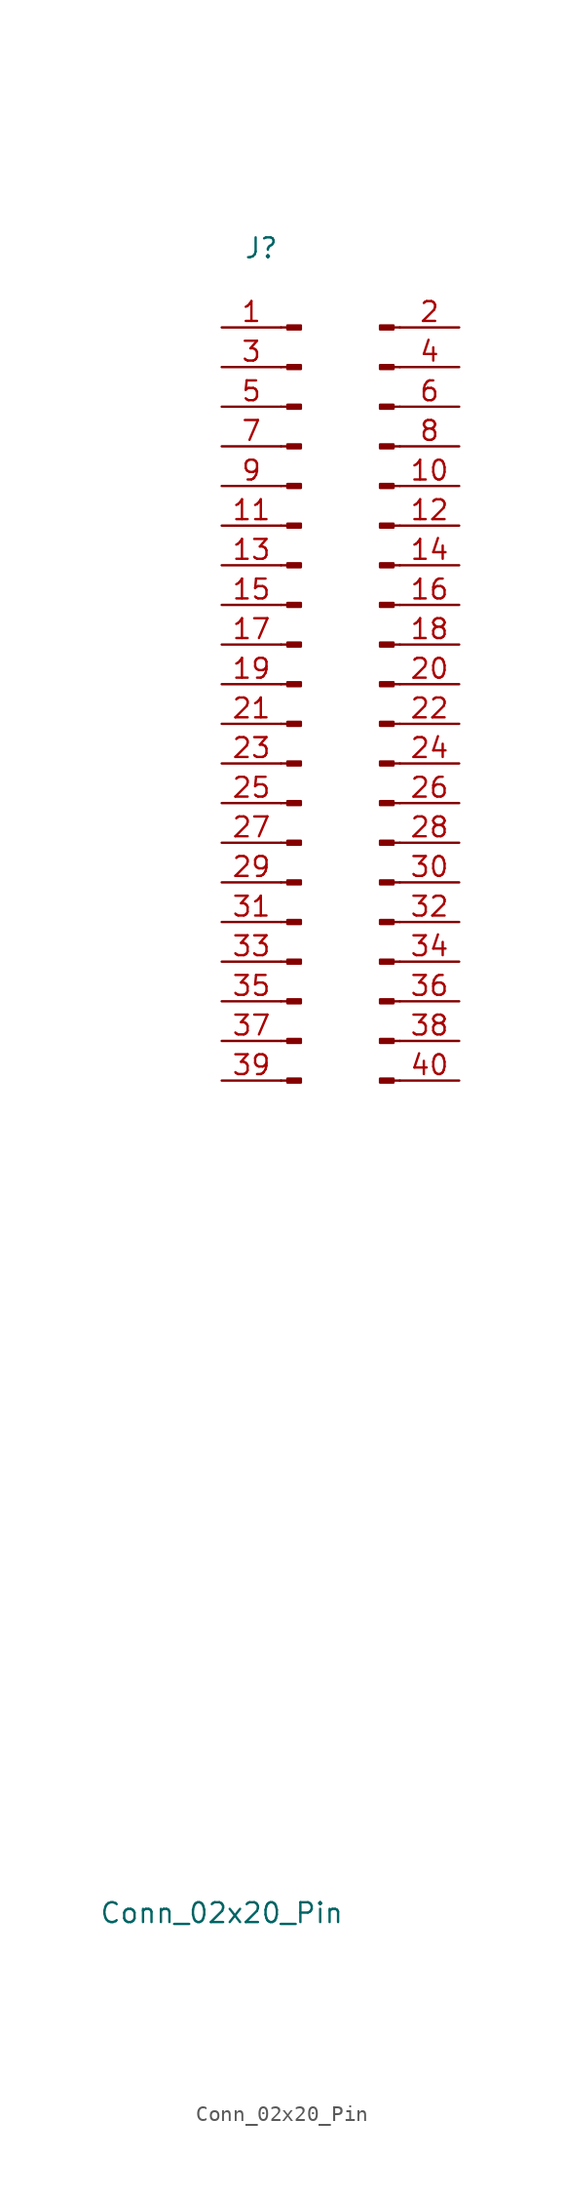
<source format=kicad_sym>
(kicad_symbol_lib
  (version 20220914)
  (generator kicad_symbol_editor)
  (symbol "Conn_02x20_Pin"
    (pin_names
      (offset 1.016) hide)
    (property "Reference" "J"
      (at -2.54 2.54 0)
      (effects (font (size 1.27 1.27))))
    (property "Value" "Conn_02x20_Pin"
      (at -5.08 -104.14 0)
      (effects (font (size 1.27 1.27))))
    (property "ki_locked" ""
      (at 0 0 0)
      (effects (font (size 1.27 1.27))))
    (symbol "Conn_02x20_Pin_1_1"
      (rectangle (start 0 -50.927) (end -0.864 -50.673) (stroke (width 0.152) (type default)) (fill (type outline)))
      (rectangle (start 0 -48.387) (end -0.864 -48.133) (stroke (width 0.152) (type default)) (fill (type outline)))
      (rectangle (start 0 -45.847) (end -0.864 -45.593) (stroke (width 0.152) (type default)) (fill (type outline)))
      (rectangle (start 0 -43.307) (end -0.864 -43.053) (stroke (width 0.152) (type default)) (fill (type outline)))
      (rectangle (start 0 -40.767) (end -0.864 -40.513) (stroke (width 0.152) (type default)) (fill (type outline)))
      (rectangle (start 0 -38.227) (end -0.864 -37.973) (stroke (width 0.152) (type default)) (fill (type outline)))
      (rectangle (start 0 -35.687) (end -0.864 -35.433) (stroke (width 0.152) (type default)) (fill (type outline)))
      (rectangle (start 0 -33.147) (end -0.864 -32.893) (stroke (width 0.152) (type default)) (fill (type outline)))
      (rectangle (start 0 -30.607) (end -0.864 -30.353) (stroke (width 0.152) (type default)) (fill (type outline)))
      (rectangle (start 0 -28.067) (end -0.864 -27.813) (stroke (width 0.152) (type default)) (fill (type outline)))
      (rectangle (start 0 -25.527) (end -0.864 -25.273) (stroke (width 0.152) (type default)) (fill (type outline)))
      (rectangle (start 0 -22.987) (end -0.864 -22.733) (stroke (width 0.152) (type default)) (fill (type outline)))
      (rectangle (start 0 -20.447) (end -0.864 -20.193) (stroke (width 0.152) (type default)) (fill (type outline)))
      (rectangle (start 0 -17.907) (end -0.864 -17.653) (stroke (width 0.152) (type default)) (fill (type outline)))
      (rectangle (start 0 -15.367) (end -0.864 -15.113) (stroke (width 0.152) (type default)) (fill (type outline)))
      (rectangle (start 0 -12.827) (end -0.864 -12.573) (stroke (width 0.152) (type default)) (fill (type outline)))
      (rectangle (start 0 -10.287) (end -0.864 -10.033) (stroke (width 0.152) (type default)) (fill (type outline)))
      (rectangle (start 0 -7.747) (end -0.864 -7.493) (stroke (width 0.152) (type default)) (fill (type outline)))
      (rectangle (start 0 -5.207) (end -0.864 -4.953) (stroke (width 0.152) (type default)) (fill (type outline)))
      (rectangle (start 0 -2.667) (end -0.864 -2.413) (stroke (width 0.152) (type default)) (fill (type outline)))
      (polyline (pts (xy -1.27 -50.8) (xy -0.864 -50.8)) (stroke (width 0.152) (type default)) (fill (type none)))
      (polyline (pts (xy -1.27 -48.26) (xy -0.864 -48.26)) (stroke (width 0.152) (type default)) (fill (type none)))
      (polyline (pts (xy -1.27 -45.72) (xy -0.864 -45.72)) (stroke (width 0.152) (type default)) (fill (type none)))
      (polyline (pts (xy -1.27 -43.18) (xy -0.864 -43.18)) (stroke (width 0.152) (type default)) (fill (type none)))
      (polyline (pts (xy -1.27 -40.64) (xy -0.864 -40.64)) (stroke (width 0.152) (type default)) (fill (type none)))
      (polyline (pts (xy -1.27 -38.1) (xy -0.864 -38.1)) (stroke (width 0.152) (type default)) (fill (type none)))
      (polyline (pts (xy -1.27 -35.56) (xy -0.864 -35.56)) (stroke (width 0.152) (type default)) (fill (type none)))
      (polyline (pts (xy -1.27 -33.02) (xy -0.864 -33.02)) (stroke (width 0.152) (type default)) (fill (type none)))
      (polyline (pts (xy -1.27 -30.48) (xy -0.864 -30.48)) (stroke (width 0.152) (type default)) (fill (type none)))
      (polyline (pts (xy -1.27 -27.94) (xy -0.864 -27.94)) (stroke (width 0.152) (type default)) (fill (type none)))
      (polyline (pts (xy -1.27 -25.4) (xy -0.864 -25.4)) (stroke (width 0.152) (type default)) (fill (type none)))
      (polyline (pts (xy -1.27 -22.86) (xy -0.864 -22.86)) (stroke (width 0.152) (type default)) (fill (type none)))
      (polyline (pts (xy -1.27 -20.32) (xy -0.864 -20.32)) (stroke (width 0.152) (type default)) (fill (type none)))
      (polyline (pts (xy -1.27 -17.78) (xy -0.864 -17.78)) (stroke (width 0.152) (type default)) (fill (type none)))
      (polyline (pts (xy -1.27 -15.24) (xy -0.864 -15.24)) (stroke (width 0.152) (type default)) (fill (type none)))
      (polyline (pts (xy -1.27 -12.7) (xy -0.864 -12.7)) (stroke (width 0.152) (type default)) (fill (type none)))
      (polyline (pts (xy -1.27 -10.16) (xy -0.864 -10.16)) (stroke (width 0.152) (type default)) (fill (type none)))
      (polyline (pts (xy -1.27 -7.62) (xy -0.864 -7.62)) (stroke (width 0.152) (type default)) (fill (type none)))
      (polyline (pts (xy -1.27 -5.08) (xy -0.864 -5.08)) (stroke (width 0.152) (type default)) (fill (type none)))
      (polyline (pts (xy -1.27 -2.54) (xy -0.864 -2.54)) (stroke (width 0.152) (type default)) (fill (type none)))
      (polyline (pts (xy 6.35 -50.8) (xy 5.944 -50.8)) (stroke (width 0.152) (type default)) (fill (type none)))
      (polyline (pts (xy 6.35 -48.26) (xy 5.944 -48.26)) (stroke (width 0.152) (type default)) (fill (type none)))
      (polyline (pts (xy 6.35 -45.72) (xy 5.944 -45.72)) (stroke (width 0.152) (type default)) (fill (type none)))
      (polyline (pts (xy 6.35 -43.18) (xy 5.944 -43.18)) (stroke (width 0.152) (type default)) (fill (type none)))
      (polyline (pts (xy 6.35 -40.64) (xy 5.944 -40.64)) (stroke (width 0.152) (type default)) (fill (type none)))
      (polyline (pts (xy 6.35 -38.1) (xy 5.944 -38.1)) (stroke (width 0.152) (type default)) (fill (type none)))
      (polyline (pts (xy 6.35 -35.56) (xy 5.944 -35.56)) (stroke (width 0.152) (type default)) (fill (type none)))
      (polyline (pts (xy 6.35 -33.02) (xy 5.944 -33.02)) (stroke (width 0.152) (type default)) (fill (type none)))
      (polyline (pts (xy 6.35 -30.48) (xy 5.944 -30.48)) (stroke (width 0.152) (type default)) (fill (type none)))
      (polyline (pts (xy 6.35 -27.94) (xy 5.944 -27.94)) (stroke (width 0.152) (type default)) (fill (type none)))
      (polyline (pts (xy 6.35 -25.4) (xy 5.944 -25.4)) (stroke (width 0.152) (type default)) (fill (type none)))
      (polyline (pts (xy 6.35 -22.86) (xy 5.944 -22.86)) (stroke (width 0.152) (type default)) (fill (type none)))
      (polyline (pts (xy 6.35 -20.32) (xy 5.944 -20.32)) (stroke (width 0.152) (type default)) (fill (type none)))
      (polyline (pts (xy 6.35 -17.78) (xy 5.944 -17.78)) (stroke (width 0.152) (type default)) (fill (type none)))
      (polyline (pts (xy 6.35 -15.24) (xy 5.944 -15.24)) (stroke (width 0.152) (type default)) (fill (type none)))
      (polyline (pts (xy 6.35 -12.7) (xy 5.944 -12.7)) (stroke (width 0.152) (type default)) (fill (type none)))
      (polyline (pts (xy 6.35 -10.16) (xy 5.944 -10.16)) (stroke (width 0.152) (type default)) (fill (type none)))
      (polyline (pts (xy 6.35 -7.62) (xy 5.944 -7.62)) (stroke (width 0.152) (type default)) (fill (type none)))
      (polyline (pts (xy 6.35 -5.08) (xy 5.944 -5.08)) (stroke (width 0.152) (type default)) (fill (type none)))
      (polyline (pts (xy 6.35 -2.54) (xy 5.944 -2.54)) (stroke (width 0.152) (type default)) (fill (type none)))
      (rectangle (start 5.944 -50.673) (end 5.08 -50.927) (stroke (width 0.152) (type default)) (fill (type outline)))
      (rectangle (start 5.944 -48.133) (end 5.08 -48.387) (stroke (width 0.152) (type default)) (fill (type outline)))
      (rectangle (start 5.944 -45.593) (end 5.08 -45.847) (stroke (width 0.152) (type default)) (fill (type outline)))
      (rectangle (start 5.944 -43.053) (end 5.08 -43.307) (stroke (width 0.152) (type default)) (fill (type outline)))
      (rectangle (start 5.944 -40.513) (end 5.08 -40.767) (stroke (width 0.152) (type default)) (fill (type outline)))
      (rectangle (start 5.944 -37.973) (end 5.08 -38.227) (stroke (width 0.152) (type default)) (fill (type outline)))
      (rectangle (start 5.944 -35.433) (end 5.08 -35.687) (stroke (width 0.152) (type default)) (fill (type outline)))
      (rectangle (start 5.944 -32.893) (end 5.08 -33.147) (stroke (width 0.152) (type default)) (fill (type outline)))
      (rectangle (start 5.944 -30.353) (end 5.08 -30.607) (stroke (width 0.152) (type default)) (fill (type outline)))
      (rectangle (start 5.944 -27.813) (end 5.08 -28.067) (stroke (width 0.152) (type default)) (fill (type outline)))
      (rectangle (start 5.944 -25.273) (end 5.08 -25.527) (stroke (width 0.152) (type default)) (fill (type outline)))
      (rectangle (start 5.944 -22.733) (end 5.08 -22.987) (stroke (width 0.152) (type default)) (fill (type outline)))
      (rectangle (start 5.944 -20.193) (end 5.08 -20.447) (stroke (width 0.152) (type default)) (fill (type outline)))
      (rectangle (start 5.944 -17.653) (end 5.08 -17.907) (stroke (width 0.152) (type default)) (fill (type outline)))
      (rectangle (start 5.944 -15.113) (end 5.08 -15.367) (stroke (width 0.152) (type default)) (fill (type outline)))
      (rectangle (start 5.944 -12.573) (end 5.08 -12.827) (stroke (width 0.152) (type default)) (fill (type outline)))
      (rectangle (start 5.944 -10.033) (end 5.08 -10.287) (stroke (width 0.152) (type default)) (fill (type outline)))
      (rectangle (start 5.944 -7.493) (end 5.08 -7.747) (stroke (width 0.152) (type default)) (fill (type outline)))
      (rectangle (start 5.944 -4.953) (end 5.08 -5.207) (stroke (width 0.152) (type default)) (fill (type outline)))
      (rectangle (start 5.944 -2.413) (end 5.08 -2.667) (stroke (width 0.152) (type default)) (fill (type outline)))
      (pin passive line (at -5.08 -2.54 0) (length 3.81) (name "Pin_1" (effects (font (size 1.27 1.27)))) (number "1" (effects (font (size 1.27 1.27)))))
      (pin passive line (at 10.16 -12.7 180) (length 3.81) (name "Pin_10" (effects (font (size 1.27 1.27)))) (number "10" (effects (font (size 1.27 1.27)))))
      (pin passive line (at -5.08 -15.24 0) (length 3.81) (name "Pin_11" (effects (font (size 1.27 1.27)))) (number "11" (effects (font (size 1.27 1.27)))))
      (pin passive line (at 10.16 -15.24 180) (length 3.81) (name "Pin_12" (effects (font (size 1.27 1.27)))) (number "12" (effects (font (size 1.27 1.27)))))
      (pin passive line (at -5.08 -17.78 0) (length 3.81) (name "Pin_13" (effects (font (size 1.27 1.27)))) (number "13" (effects (font (size 1.27 1.27)))))
      (pin passive line (at 10.16 -17.78 180) (length 3.81) (name "Pin_14" (effects (font (size 1.27 1.27)))) (number "14" (effects (font (size 1.27 1.27)))))
      (pin passive line (at -5.08 -20.32 0) (length 3.81) (name "Pin_15" (effects (font (size 1.27 1.27)))) (number "15" (effects (font (size 1.27 1.27)))))
      (pin passive line (at 10.16 -20.32 180) (length 3.81) (name "Pin_16" (effects (font (size 1.27 1.27)))) (number "16" (effects (font (size 1.27 1.27)))))
      (pin passive line (at -5.08 -22.86 0) (length 3.81) (name "Pin_17" (effects (font (size 1.27 1.27)))) (number "17" (effects (font (size 1.27 1.27)))))
      (pin passive line (at 10.16 -22.86 180) (length 3.81) (name "Pin_18" (effects (font (size 1.27 1.27)))) (number "18" (effects (font (size 1.27 1.27)))))
      (pin passive line (at -5.08 -25.4 0) (length 3.81) (name "Pin_19" (effects (font (size 1.27 1.27)))) (number "19" (effects (font (size 1.27 1.27)))))
      (pin passive line (at 10.16 -2.54 180) (length 3.81) (name "Pin_2" (effects (font (size 1.27 1.27)))) (number "2" (effects (font (size 1.27 1.27)))))
      (pin passive line (at 10.16 -25.4 180) (length 3.81) (name "Pin_20" (effects (font (size 1.27 1.27)))) (number "20" (effects (font (size 1.27 1.27)))))
      (pin passive line (at -5.08 -27.94 0) (length 3.81) (name "Pin_21" (effects (font (size 1.27 1.27)))) (number "21" (effects (font (size 1.27 1.27)))))
      (pin passive line (at 10.16 -27.94 180) (length 3.81) (name "Pin_22" (effects (font (size 1.27 1.27)))) (number "22" (effects (font (size 1.27 1.27)))))
      (pin passive line (at -5.08 -30.48 0) (length 3.81) (name "Pin_23" (effects (font (size 1.27 1.27)))) (number "23" (effects (font (size 1.27 1.27)))))
      (pin passive line (at 10.16 -30.48 180) (length 3.81) (name "Pin_24" (effects (font (size 1.27 1.27)))) (number "24" (effects (font (size 1.27 1.27)))))
      (pin passive line (at -5.08 -33.02 0) (length 3.81) (name "Pin_25" (effects (font (size 1.27 1.27)))) (number "25" (effects (font (size 1.27 1.27)))))
      (pin passive line (at 10.16 -33.02 180) (length 3.81) (name "Pin_26" (effects (font (size 1.27 1.27)))) (number "26" (effects (font (size 1.27 1.27)))))
      (pin passive line (at -5.08 -35.56 0) (length 3.81) (name "Pin_27" (effects (font (size 1.27 1.27)))) (number "27" (effects (font (size 1.27 1.27)))))
      (pin passive line (at 10.16 -35.56 180) (length 3.81) (name "Pin_28" (effects (font (size 1.27 1.27)))) (number "28" (effects (font (size 1.27 1.27)))))
      (pin passive line (at -5.08 -38.1 0) (length 3.81) (name "Pin_29" (effects (font (size 1.27 1.27)))) (number "29" (effects (font (size 1.27 1.27)))))
      (pin passive line (at -5.08 -5.08 0) (length 3.81) (name "Pin_3" (effects (font (size 1.27 1.27)))) (number "3" (effects (font (size 1.27 1.27)))))
      (pin passive line (at 10.16 -38.1 180) (length 3.81) (name "Pin_30" (effects (font (size 1.27 1.27)))) (number "30" (effects (font (size 1.27 1.27)))))
      (pin passive line (at -5.08 -40.64 0) (length 3.81) (name "Pin_31" (effects (font (size 1.27 1.27)))) (number "31" (effects (font (size 1.27 1.27)))))
      (pin passive line (at 10.16 -40.64 180) (length 3.81) (name "Pin_32" (effects (font (size 1.27 1.27)))) (number "32" (effects (font (size 1.27 1.27)))))
      (pin passive line (at -5.08 -43.18 0) (length 3.81) (name "Pin_33" (effects (font (size 1.27 1.27)))) (number "33" (effects (font (size 1.27 1.27)))))
      (pin passive line (at 10.16 -43.18 180) (length 3.81) (name "Pin_34" (effects (font (size 1.27 1.27)))) (number "34" (effects (font (size 1.27 1.27)))))
      (pin passive line (at -5.08 -45.72 0) (length 3.81) (name "Pin_35" (effects (font (size 1.27 1.27)))) (number "35" (effects (font (size 1.27 1.27)))))
      (pin passive line (at 10.16 -45.72 180) (length 3.81) (name "Pin_36" (effects (font (size 1.27 1.27)))) (number "36" (effects (font (size 1.27 1.27)))))
      (pin passive line (at -5.08 -48.26 0) (length 3.81) (name "Pin_37" (effects (font (size 1.27 1.27)))) (number "37" (effects (font (size 1.27 1.27)))))
      (pin passive line (at 10.16 -48.26 180) (length 3.81) (name "Pin_38" (effects (font (size 1.27 1.27)))) (number "38" (effects (font (size 1.27 1.27)))))
      (pin passive line (at -5.08 -50.8 0) (length 3.81) (name "Pin_39" (effects (font (size 1.27 1.27)))) (number "39" (effects (font (size 1.27 1.27)))))
      (pin passive line (at 10.16 -5.08 180) (length 3.81) (name "Pin_4" (effects (font (size 1.27 1.27)))) (number "4" (effects (font (size 1.27 1.27)))))
      (pin passive line (at 10.16 -50.8 180) (length 3.81) (name "Pin_40" (effects (font (size 1.27 1.27)))) (number "40" (effects (font (size 1.27 1.27)))))
      (pin passive line (at -5.08 -7.62 0) (length 3.81) (name "Pin_5" (effects (font (size 1.27 1.27)))) (number "5" (effects (font (size 1.27 1.27)))))
      (pin passive line (at 10.16 -7.62 180) (length 3.81) (name "Pin_6" (effects (font (size 1.27 1.27)))) (number "6" (effects (font (size 1.27 1.27)))))
      (pin passive line (at -5.08 -10.16 0) (length 3.81) (name "Pin_7" (effects (font (size 1.27 1.27)))) (number "7" (effects (font (size 1.27 1.27)))))
      (pin passive line (at 10.16 -10.16 180) (length 3.81) (name "Pin_8" (effects (font (size 1.27 1.27)))) (number "8" (effects (font (size 1.27 1.27)))))
      (pin passive line (at -5.08 -12.7 0) (length 3.81) (name "Pin_9" (effects (font (size 1.27 1.27)))) (number "9" (effects (font (size 1.27 1.27))))))))
</source>
